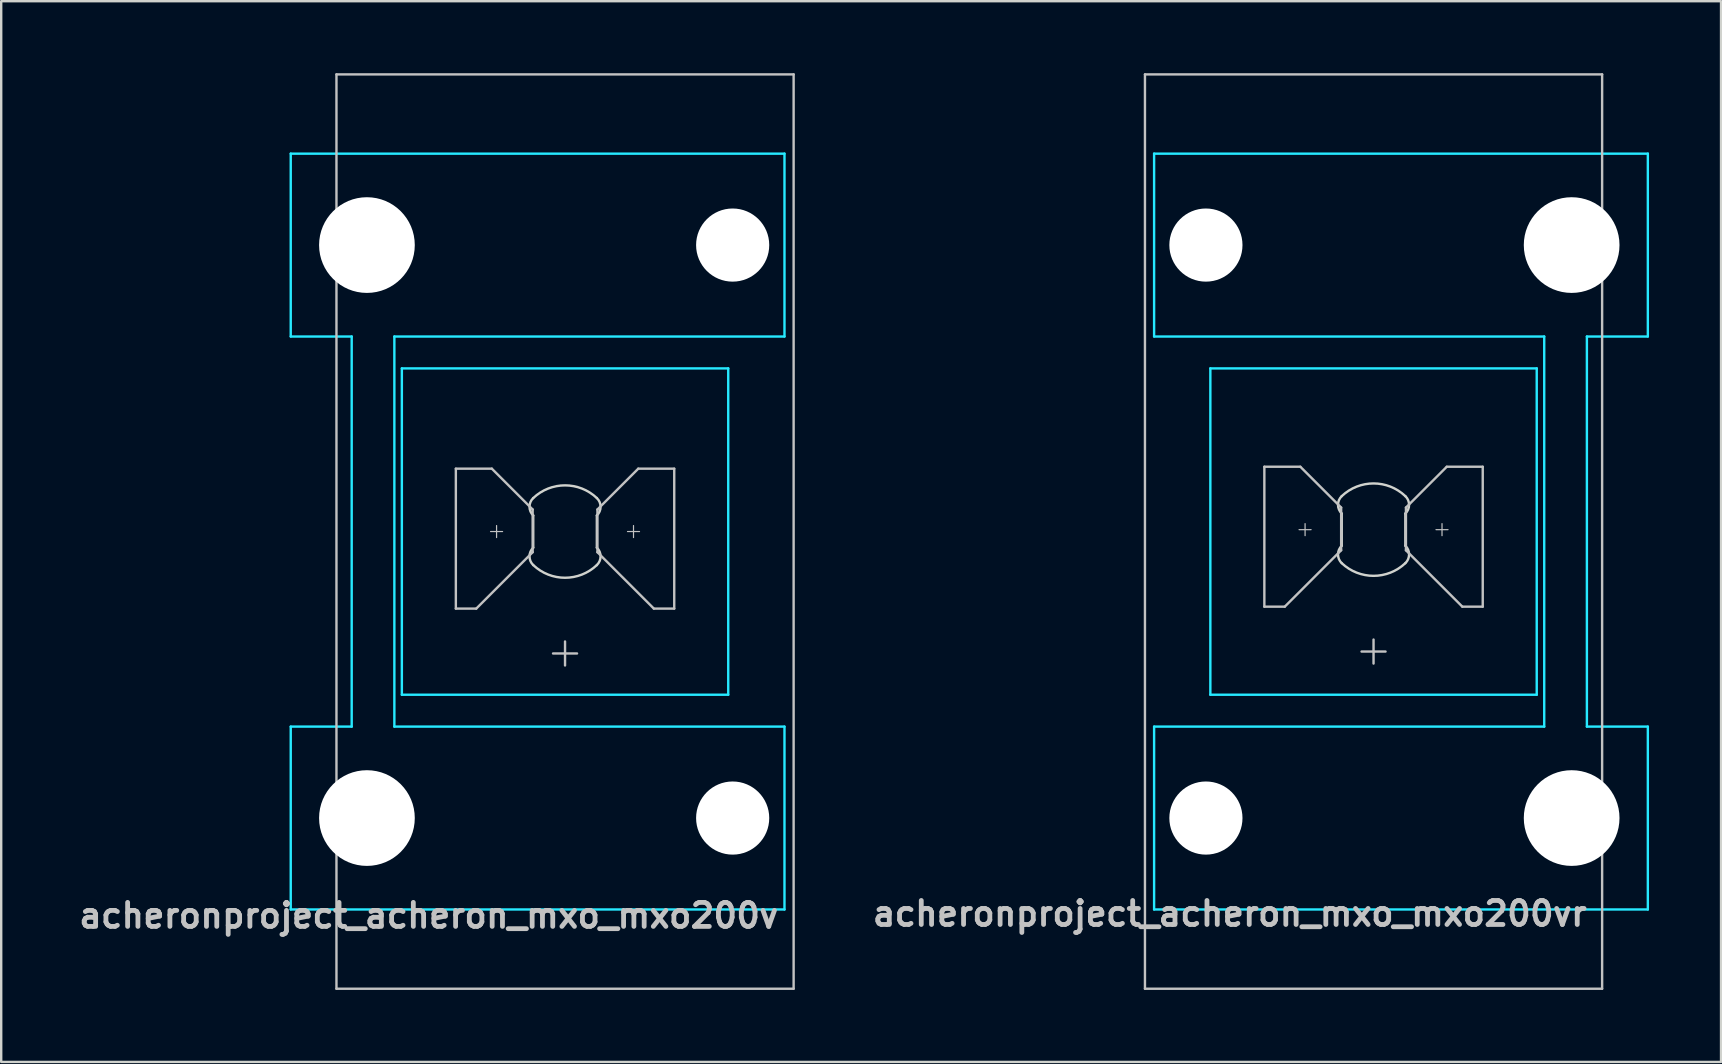
<source format=kicad_pcb>
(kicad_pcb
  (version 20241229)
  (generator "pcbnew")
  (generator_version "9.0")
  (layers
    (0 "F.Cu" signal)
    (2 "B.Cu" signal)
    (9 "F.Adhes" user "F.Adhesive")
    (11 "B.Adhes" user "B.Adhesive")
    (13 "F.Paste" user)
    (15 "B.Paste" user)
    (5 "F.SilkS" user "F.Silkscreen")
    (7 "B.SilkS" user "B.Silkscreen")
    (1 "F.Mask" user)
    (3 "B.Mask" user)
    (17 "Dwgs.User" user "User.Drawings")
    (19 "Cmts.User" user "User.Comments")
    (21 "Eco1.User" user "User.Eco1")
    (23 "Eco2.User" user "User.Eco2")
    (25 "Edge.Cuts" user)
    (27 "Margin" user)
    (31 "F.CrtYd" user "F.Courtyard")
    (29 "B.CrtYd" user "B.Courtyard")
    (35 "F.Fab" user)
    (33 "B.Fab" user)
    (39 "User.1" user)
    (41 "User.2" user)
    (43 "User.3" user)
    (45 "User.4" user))
  (footprint "acheronproject_acheron_mxo_mxo200v"
    (layer "F.Cu")
    (at 20.495 19.1)
    (property "Reference" "acheronproject_acheron_mxo_mxo200v" (at 9 16 0) (layer "Dwgs.User") (effects (font (size 1 1) (thickness 0.2)) (justify right)))
    (attr through_hole)
    (fp_line (start -9.525 -19.05) (end -9.525 19.05) (stroke (width 0.1) (type solid)) (layer "Dwgs.User"))
    (fp_line (start -4.55 -2.62) (end -3.05 -2.62) (stroke (width 0.1) (type solid)) (layer "Dwgs.User"))
    (fp_line (start -4.55 3.21) (end -4.55 -2.62) (stroke (width 0.1) (type solid)) (layer "Dwgs.User"))
    (fp_line (start -3.7 3.21) (end -4.55 3.21) (stroke (width 0.1) (type solid)) (layer "Dwgs.User"))
    (fp_line (start -3.103 0) (end -2.603 0) (stroke (width 0.05) (type solid)) (layer "Dwgs.User"))
    (fp_line (start -3.05 -2.62) (end -1.35 -0.92) (stroke (width 0.1) (type solid)) (layer "Dwgs.User"))
    (fp_line (start -2.853 -0.25) (end -2.853 0.25) (stroke (width 0.05) (type solid)) (layer "Dwgs.User"))
    (fp_line (start -1.35 -0.92) (end -1.35 0.86) (stroke (width 0.1) (type solid)) (layer "Dwgs.User"))
    (fp_line (start -1.35 0.86) (end -3.7 3.21) (stroke (width 0.1) (type solid)) (layer "Dwgs.User"))
    (fp_line (start -0.5 5.08) (end 0.5 5.08) (stroke (width 0.1) (type solid)) (layer "Dwgs.User"))
    (fp_line (start 0 4.58) (end 0 5.58) (stroke (width 0.1) (type solid)) (layer "Dwgs.User"))
    (fp_line (start 1.35 -0.92) (end 1.35 0.86) (stroke (width 0.1) (type solid)) (layer "Dwgs.User"))
    (fp_line (start 1.35 0.86) (end 3.7 3.21) (stroke (width 0.1) (type solid)) (layer "Dwgs.User"))
    (fp_line (start 2.603 0) (end 3.103 0) (stroke (width 0.05) (type solid)) (layer "Dwgs.User"))
    (fp_line (start 2.853 -0.25) (end 2.853 0.25) (stroke (width 0.05) (type solid)) (layer "Dwgs.User"))
    (fp_line (start 3.05 -2.62) (end 1.35 -0.92) (stroke (width 0.1) (type solid)) (layer "Dwgs.User"))
    (fp_line (start 3.7 3.21) (end 4.55 3.21) (stroke (width 0.1) (type solid)) (layer "Dwgs.User"))
    (fp_line (start 4.55 -2.62) (end 3.05 -2.62) (stroke (width 0.1) (type solid)) (layer "Dwgs.User"))
    (fp_line (start 4.55 3.21) (end 4.55 -2.62) (stroke (width 0.1) (type solid)) (layer "Dwgs.User"))
    (fp_line (start 9.525 -19.05) (end -9.525 -19.05) (stroke (width 0.1) (type solid)) (layer "Dwgs.User"))
    (fp_line (start 9.525 -19.05) (end 9.525 19.05) (stroke (width 0.1) (type solid)) (layer "Dwgs.User"))
    (fp_line (start 9.525 19.05) (end -9.525 19.05) (stroke (width 0.1) (type solid)) (layer "Dwgs.User"))
    (fp_line (start -9.015 -8.938) (end -9.015 -14.938) (stroke (width 0.1) (type solid)) (layer "Eco1.User"))
    (fp_line (start -9.015 14.938) (end -9.015 8.938) (stroke (width 0.1) (type solid)) (layer "Eco1.User"))
    (fp_line (start -8.515 -8.438) (end 5.485 -8.438) (stroke (width 0.1) (type solid)) (layer "Eco1.User"))
    (fp_line (start -8.515 15.438) (end 5.485 15.438) (stroke (width 0.1) (type solid)) (layer "Eco1.User"))
    (fp_line (start -7 -6.5) (end -7 6.5) (stroke (width 0.1) (type solid)) (layer "Eco1.User"))
    (fp_line (start -6.5 7) (end 6.5 7) (stroke (width 0.1) (type solid)) (layer "Eco1.User"))
    (fp_line (start 5.485 -15.438) (end -8.515 -15.438) (stroke (width 0.1) (type solid)) (layer "Eco1.User"))
    (fp_line (start 5.485 8.438) (end -8.515 8.438) (stroke (width 0.1) (type solid)) (layer "Eco1.User"))
    (fp_line (start 5.985 -14.938) (end 5.985 -8.938) (stroke (width 0.1) (type solid)) (layer "Eco1.User"))
    (fp_line (start 5.985 8.938) (end 5.985 14.938) (stroke (width 0.1) (type solid)) (layer "Eco1.User"))
    (fp_line (start 6.5 -7) (end -6.5 -7) (stroke (width 0.1) (type solid)) (layer "Eco1.User"))
    (fp_line (start 7 6.5) (end 7 -6.5) (stroke (width 0.1) (type solid)) (layer "Eco1.User"))
    (fp_arc (start -9.015 -14.938) (mid -8.868553 -15.291553) (end -8.515 -15.438) (stroke (width 0.1) (type solid)) (layer "Eco1.User"))
    (fp_arc (start -9.015 8.938) (mid -8.868553 8.584447) (end -8.515 8.438) (stroke (width 0.1) (type solid)) (layer "Eco1.User"))
    (fp_arc (start -8.515 -8.438) (mid -8.868553 -8.584447) (end -9.015 -8.938) (stroke (width 0.1) (type solid)) (layer "Eco1.User"))
    (fp_arc (start -8.515 15.438) (mid -8.868553 15.291553) (end -9.015 14.938) (stroke (width 0.1) (type solid)) (layer "Eco1.User"))
    (fp_arc (start -7 -6.5) (mid -6.853553 -6.853553) (end -6.5 -7) (stroke (width 0.1) (type solid)) (layer "Eco1.User"))
    (fp_arc (start -6.5 7) (mid -6.853553 6.853553) (end -7 6.5) (stroke (width 0.1) (type solid)) (layer "Eco1.User"))
    (fp_arc (start 5.485 -15.438) (mid 5.838553 -15.291553) (end 5.985 -14.938) (stroke (width 0.1) (type solid)) (layer "Eco1.User"))
    (fp_arc (start 5.485 8.438) (mid 5.838553 8.584447) (end 5.985 8.938) (stroke (width 0.1) (type solid)) (layer "Eco1.User"))
    (fp_arc (start 5.985 -8.938) (mid 5.838553 -8.584447) (end 5.485 -8.438) (stroke (width 0.1) (type solid)) (layer "Eco1.User"))
    (fp_arc (start 5.985 14.938) (mid 5.838553 15.291553) (end 5.485 15.438) (stroke (width 0.1) (type solid)) (layer "Eco1.User"))
    (fp_arc (start 6.5 -7) (mid 6.853553 -6.853553) (end 7 -6.5) (stroke (width 0.1) (type solid)) (layer "Eco1.User"))
    (fp_arc (start 7 6.5) (mid 6.853553 6.853553) (end 6.5 7) (stroke (width 0.1) (type solid)) (layer "Eco1.User"))
    (fp_line (start -1.325 -0.671) (end -1.325 0.671) (stroke (width 0.1) (type solid)) (layer "Edge.Cuts"))
    (fp_line (start 1.325 0.671) (end 1.325 -0.671) (stroke (width 0.1) (type solid)) (layer "Edge.Cuts"))
    (fp_arc (start -1.325 -1.396424) (mid 0 -1.925) (end 1.325 -1.396424) (stroke (width 0.1) (type solid)) (layer "Edge.Cuts"))
    (fp_arc (start -1.325 -0.671009) (mid -1.480844 -1.033717) (end -1.325 -1.396424) (stroke (width 0.1) (type solid)) (layer "Edge.Cuts"))
    (fp_arc (start -1.325 1.396424) (mid -1.480844 1.033717) (end -1.325 0.671009) (stroke (width 0.1) (type solid)) (layer "Edge.Cuts"))
    (fp_arc (start 1.325 -1.396424) (mid 1.480844 -1.033717) (end 1.325 -0.671009) (stroke (width 0.1) (type solid)) (layer "Edge.Cuts"))
    (fp_arc (start 1.325 0.671009) (mid 1.480844 1.033717) (end 1.325 1.396424) (stroke (width 0.1) (type solid)) (layer "Edge.Cuts"))
    (fp_arc (start 1.325 1.396424) (mid 0 1.925) (end -1.325 1.396424) (stroke (width 0.1) (type solid)) (layer "Edge.Cuts"))
    (fp_line (start -11.43 -15.748) (end 9.144 -15.748) (stroke (width 0.1) (type solid)) (layer "B.CrtYd"))
    (fp_line (start -11.43 -8.128) (end -11.43 -15.748) (stroke (width 0.1) (type solid)) (layer "B.CrtYd"))
    (fp_line (start -11.43 -8.128) (end -8.89 -8.128) (stroke (width 0.1) (type solid)) (layer "B.CrtYd"))
    (fp_line (start -11.43 8.128) (end -8.89 8.128) (stroke (width 0.1) (type solid)) (layer "B.CrtYd"))
    (fp_line (start -11.43 15.748) (end -11.43 8.128) (stroke (width 0.1) (type solid)) (layer "B.CrtYd"))
    (fp_line (start -8.89 -8.128) (end -8.89 8.128) (stroke (width 0.1) (type solid)) (layer "B.CrtYd"))
    (fp_line (start -7.112 -8.128) (end -7.112 8.128) (stroke (width 0.1) (type solid)) (layer "B.CrtYd"))
    (fp_line (start -6.8 6.8) (end -6.8 -6.8) (stroke (width 0.1) (type solid)) (layer "B.CrtYd"))
    (fp_line (start 6.8 -6.8) (end -6.8 -6.8) (stroke (width 0.1) (type solid)) (layer "B.CrtYd"))
    (fp_line (start 6.8 6.8) (end -6.8 6.8) (stroke (width 0.1) (type solid)) (layer "B.CrtYd"))
    (fp_line (start 6.8 6.8) (end 6.8 -6.8) (stroke (width 0.1) (type solid)) (layer "B.CrtYd"))
    (fp_line (start 9.144 -15.748) (end 9.144 -8.128) (stroke (width 0.1) (type solid)) (layer "B.CrtYd"))
    (fp_line (start 9.144 -8.128) (end -7.112 -8.128) (stroke (width 0.1) (type solid)) (layer "B.CrtYd"))
    (fp_line (start 9.144 8.128) (end -7.112 8.128) (stroke (width 0.1) (type solid)) (layer "B.CrtYd"))
    (fp_line (start 9.144 8.128) (end 9.144 15.748) (stroke (width 0.1) (type solid)) (layer "B.CrtYd"))
    (fp_line (start 9.144 15.748) (end -11.43 15.748) (stroke (width 0.1) (type solid)) (layer "B.CrtYd"))
    (pad "" np_thru_hole circle (at -8.255 -11.938 270) (size 3.988 3.988) (drill 3.988) (layers "*.Cu" "*.Mask"))
    (pad "" np_thru_hole circle (at -8.255 11.938 270) (size 3.988 3.988) (drill 3.988) (layers "*.Cu" "*.Mask"))
    (pad "" np_thru_hole circle (at 6.985 -11.938 270) (size 3.048 3.048) (drill 3.048) (layers "*.Cu" "*.Mask"))
    (pad "" np_thru_hole circle (at 6.985 11.938 270) (size 3.048 3.048) (drill 3.048) (layers "*.Cu" "*.Mask")))
  (footprint "acheronproject_acheron_mxo_mxo200vr"
    (layer "F.Cu")
    (at 54.185 19.02)
    (property "Reference" "acheronproject_acheron_mxo_mxo200vr" (at 9 16 0) (layer "Dwgs.User") (effects (font (size 1 1) (thickness 0.2)) (justify right)))
    (attr through_hole)
    (fp_line (start -9.525 -18.97) (end -9.525 19.13) (stroke (width 0.1) (type solid)) (layer "Dwgs.User"))
    (fp_line (start -4.55 -2.62) (end -3.05 -2.62) (stroke (width 0.1) (type solid)) (layer "Dwgs.User"))
    (fp_line (start -4.55 3.21) (end -4.55 -2.62) (stroke (width 0.1) (type solid)) (layer "Dwgs.User"))
    (fp_line (start -3.7 3.21) (end -4.55 3.21) (stroke (width 0.1) (type solid)) (layer "Dwgs.User"))
    (fp_line (start -3.103 0) (end -2.603 0) (stroke (width 0.05) (type solid)) (layer "Dwgs.User"))
    (fp_line (start -3.05 -2.62) (end -1.35 -0.92) (stroke (width 0.1) (type solid)) (layer "Dwgs.User"))
    (fp_line (start -2.853 -0.25) (end -2.853 0.25) (stroke (width 0.05) (type solid)) (layer "Dwgs.User"))
    (fp_line (start -1.35 -0.92) (end -1.35 0.86) (stroke (width 0.1) (type solid)) (layer "Dwgs.User"))
    (fp_line (start -1.35 0.86) (end -3.7 3.21) (stroke (width 0.1) (type solid)) (layer "Dwgs.User"))
    (fp_line (start -0.5 5.08) (end 0.5 5.08) (stroke (width 0.1) (type solid)) (layer "Dwgs.User"))
    (fp_line (start 0 4.58) (end 0 5.58) (stroke (width 0.1) (type solid)) (layer "Dwgs.User"))
    (fp_line (start 1.35 -0.92) (end 1.35 0.86) (stroke (width 0.1) (type solid)) (layer "Dwgs.User"))
    (fp_line (start 1.35 0.86) (end 3.7 3.21) (stroke (width 0.1) (type solid)) (layer "Dwgs.User"))
    (fp_line (start 2.603 0) (end 3.103 0) (stroke (width 0.05) (type solid)) (layer "Dwgs.User"))
    (fp_line (start 2.853 -0.25) (end 2.853 0.25) (stroke (width 0.05) (type solid)) (layer "Dwgs.User"))
    (fp_line (start 3.05 -2.62) (end 1.35 -0.92) (stroke (width 0.1) (type solid)) (layer "Dwgs.User"))
    (fp_line (start 3.7 3.21) (end 4.55 3.21) (stroke (width 0.1) (type solid)) (layer "Dwgs.User"))
    (fp_line (start 4.55 -2.62) (end 3.05 -2.62) (stroke (width 0.1) (type solid)) (layer "Dwgs.User"))
    (fp_line (start 4.55 3.21) (end 4.55 -2.62) (stroke (width 0.1) (type solid)) (layer "Dwgs.User"))
    (fp_line (start 9.525 -18.97) (end -9.525 -18.97) (stroke (width 0.1) (type solid)) (layer "Dwgs.User"))
    (fp_line (start 9.525 -18.97) (end 9.525 19.13) (stroke (width 0.1) (type solid)) (layer "Dwgs.User"))
    (fp_line (start 9.525 19.13) (end -9.525 19.13) (stroke (width 0.1) (type solid)) (layer "Dwgs.User"))
    (fp_line (start -7 -6.42) (end -7 6.58) (stroke (width 0.1) (type solid)) (layer "Eco1.User"))
    (fp_line (start -6.5 7.08) (end 6.5 7.08) (stroke (width 0.1) (type solid)) (layer "Eco1.User"))
    (fp_line (start -5.985 -8.858) (end -5.985 -14.858) (stroke (width 0.1) (type solid)) (layer "Eco1.User"))
    (fp_line (start -5.985 15.018) (end -5.985 9.018) (stroke (width 0.1) (type solid)) (layer "Eco1.User"))
    (fp_line (start -5.485 -8.358) (end 8.515 -8.358) (stroke (width 0.1) (type solid)) (layer "Eco1.User"))
    (fp_line (start -5.485 15.518) (end 8.515 15.518) (stroke (width 0.1) (type solid)) (layer "Eco1.User"))
    (fp_line (start 6.5 -6.92) (end -6.5 -6.92) (stroke (width 0.1) (type solid)) (layer "Eco1.User"))
    (fp_line (start 7 6.58) (end 7 -6.42) (stroke (width 0.1) (type solid)) (layer "Eco1.User"))
    (fp_line (start 8.515 -15.358) (end -5.485 -15.358) (stroke (width 0.1) (type solid)) (layer "Eco1.User"))
    (fp_line (start 8.515 8.518) (end -5.485 8.518) (stroke (width 0.1) (type solid)) (layer "Eco1.User"))
    (fp_line (start 9.015 -14.858) (end 9.015 -8.858) (stroke (width 0.1) (type solid)) (layer "Eco1.User"))
    (fp_line (start 9.015 9.018) (end 9.015 15.018) (stroke (width 0.1) (type solid)) (layer "Eco1.User"))
    (fp_arc (start -7 -6.42) (mid -6.853553 -6.773553) (end -6.5 -6.92) (stroke (width 0.1) (type solid)) (layer "Eco1.User"))
    (fp_arc (start -6.5 7.08) (mid -6.853553 6.933553) (end -7 6.58) (stroke (width 0.1) (type solid)) (layer "Eco1.User"))
    (fp_arc (start -5.985 -14.858) (mid -5.838553 -15.211553) (end -5.485 -15.358) (stroke (width 0.1) (type solid)) (layer "Eco1.User"))
    (fp_arc (start -5.985 9.018) (mid -5.838553 8.664447) (end -5.485 8.518) (stroke (width 0.1) (type solid)) (layer "Eco1.User"))
    (fp_arc (start -5.485 -8.358) (mid -5.838553 -8.504447) (end -5.985 -8.858) (stroke (width 0.1) (type solid)) (layer "Eco1.User"))
    (fp_arc (start -5.485 15.518) (mid -5.838553 15.371553) (end -5.985 15.018) (stroke (width 0.1) (type solid)) (layer "Eco1.User"))
    (fp_arc (start 6.5 -6.92) (mid 6.853553 -6.773553) (end 7 -6.42) (stroke (width 0.1) (type solid)) (layer "Eco1.User"))
    (fp_arc (start 7 6.58) (mid 6.853553 6.933553) (end 6.5 7.08) (stroke (width 0.1) (type solid)) (layer "Eco1.User"))
    (fp_arc (start 8.515 -15.358) (mid 8.868553 -15.211553) (end 9.015 -14.858) (stroke (width 0.1) (type solid)) (layer "Eco1.User"))
    (fp_arc (start 8.515 8.518) (mid 8.868553 8.664447) (end 9.015 9.018) (stroke (width 0.1) (type solid)) (layer "Eco1.User"))
    (fp_arc (start 9.015 -8.858) (mid 8.868553 -8.504447) (end 8.515 -8.358) (stroke (width 0.1) (type solid)) (layer "Eco1.User"))
    (fp_arc (start 9.015 15.018) (mid 8.868553 15.371553) (end 8.515 15.518) (stroke (width 0.1) (type solid)) (layer "Eco1.User"))
    (fp_line (start -1.325 -0.671) (end -1.325 0.671) (stroke (width 0.1) (type solid)) (layer "Edge.Cuts"))
    (fp_line (start 1.325 0.671) (end 1.325 -0.671) (stroke (width 0.1) (type solid)) (layer "Edge.Cuts"))
    (fp_arc (start -1.325 -1.396424) (mid 0 -1.925) (end 1.325 -1.396424) (stroke (width 0.1) (type solid)) (layer "Edge.Cuts"))
    (fp_arc (start -1.325 -0.671009) (mid -1.480844 -1.033717) (end -1.325 -1.396424) (stroke (width 0.1) (type solid)) (layer "Edge.Cuts"))
    (fp_arc (start -1.325 1.396424) (mid -1.480844 1.033717) (end -1.325 0.671009) (stroke (width 0.1) (type solid)) (layer "Edge.Cuts"))
    (fp_arc (start 1.325 -1.396424) (mid 1.480844 -1.033717) (end 1.325 -0.671009) (stroke (width 0.1) (type solid)) (layer "Edge.Cuts"))
    (fp_arc (start 1.325 0.671009) (mid 1.480844 1.033717) (end 1.325 1.396424) (stroke (width 0.1) (type solid)) (layer "Edge.Cuts"))
    (fp_arc (start 1.325 1.396424) (mid 0 1.925) (end -1.325 1.396424) (stroke (width 0.1) (type solid)) (layer "Edge.Cuts"))
    (fp_line (start -9.144 -15.668) (end 11.43 -15.668) (stroke (width 0.1) (type solid)) (layer "B.CrtYd"))
    (fp_line (start -9.144 -8.048) (end -9.144 -15.668) (stroke (width 0.1) (type solid)) (layer "B.CrtYd"))
    (fp_line (start -9.144 -8.048) (end 7.112 -8.048) (stroke (width 0.1) (type solid)) (layer "B.CrtYd"))
    (fp_line (start -9.144 8.208) (end 7.112 8.208) (stroke (width 0.1) (type solid)) (layer "B.CrtYd"))
    (fp_line (start -9.144 15.828) (end -9.144 8.208) (stroke (width 0.1) (type solid)) (layer "B.CrtYd"))
    (fp_line (start -6.8 6.88) (end -6.8 -6.72) (stroke (width 0.1) (type solid)) (layer "B.CrtYd"))
    (fp_line (start 6.8 -6.72) (end -6.8 -6.72) (stroke (width 0.1) (type solid)) (layer "B.CrtYd"))
    (fp_line (start 6.8 6.88) (end -6.8 6.88) (stroke (width 0.1) (type solid)) (layer "B.CrtYd"))
    (fp_line (start 6.8 6.88) (end 6.8 -6.72) (stroke (width 0.1) (type solid)) (layer "B.CrtYd"))
    (fp_line (start 7.112 8.208) (end 7.112 -8.048) (stroke (width 0.1) (type solid)) (layer "B.CrtYd"))
    (fp_line (start 8.89 8.208) (end 8.89 -8.048) (stroke (width 0.1) (type solid)) (layer "B.CrtYd"))
    (fp_line (start 11.43 -15.668) (end 11.43 -8.048) (stroke (width 0.1) (type solid)) (layer "B.CrtYd"))
    (fp_line (start 11.43 -8.048) (end 8.89 -8.048) (stroke (width 0.1) (type solid)) (layer "B.CrtYd"))
    (fp_line (start 11.43 8.208) (end 8.89 8.208) (stroke (width 0.1) (type solid)) (layer "B.CrtYd"))
    (fp_line (start 11.43 8.208) (end 11.43 15.828) (stroke (width 0.1) (type solid)) (layer "B.CrtYd"))
    (fp_line (start 11.43 15.828) (end -9.144 15.828) (stroke (width 0.1) (type solid)) (layer "B.CrtYd"))
    (pad "" np_thru_hole circle (at -6.985 -11.858 90) (size 3.048 3.048) (drill 3.048) (layers "*.Cu" "*.Mask"))
    (pad "" np_thru_hole circle (at -6.985 12.018 90) (size 3.048 3.048) (drill 3.048) (layers "*.Cu" "*.Mask"))
    (pad "" np_thru_hole circle (at 8.255 -11.858 90) (size 3.988 3.988) (drill 3.988) (layers "*.Cu" "*.Mask"))
    (pad "" np_thru_hole circle (at 8.255 12.018 90) (size 3.988 3.988) (drill 3.988) (layers "*.Cu" "*.Mask")))
  (gr_rect
    (start -3 -3)
    (end 68.665 41.2)
    (stroke (width 0.1) (type default))
    (fill no)
    (layer "Edge.Cuts")))
</source>
